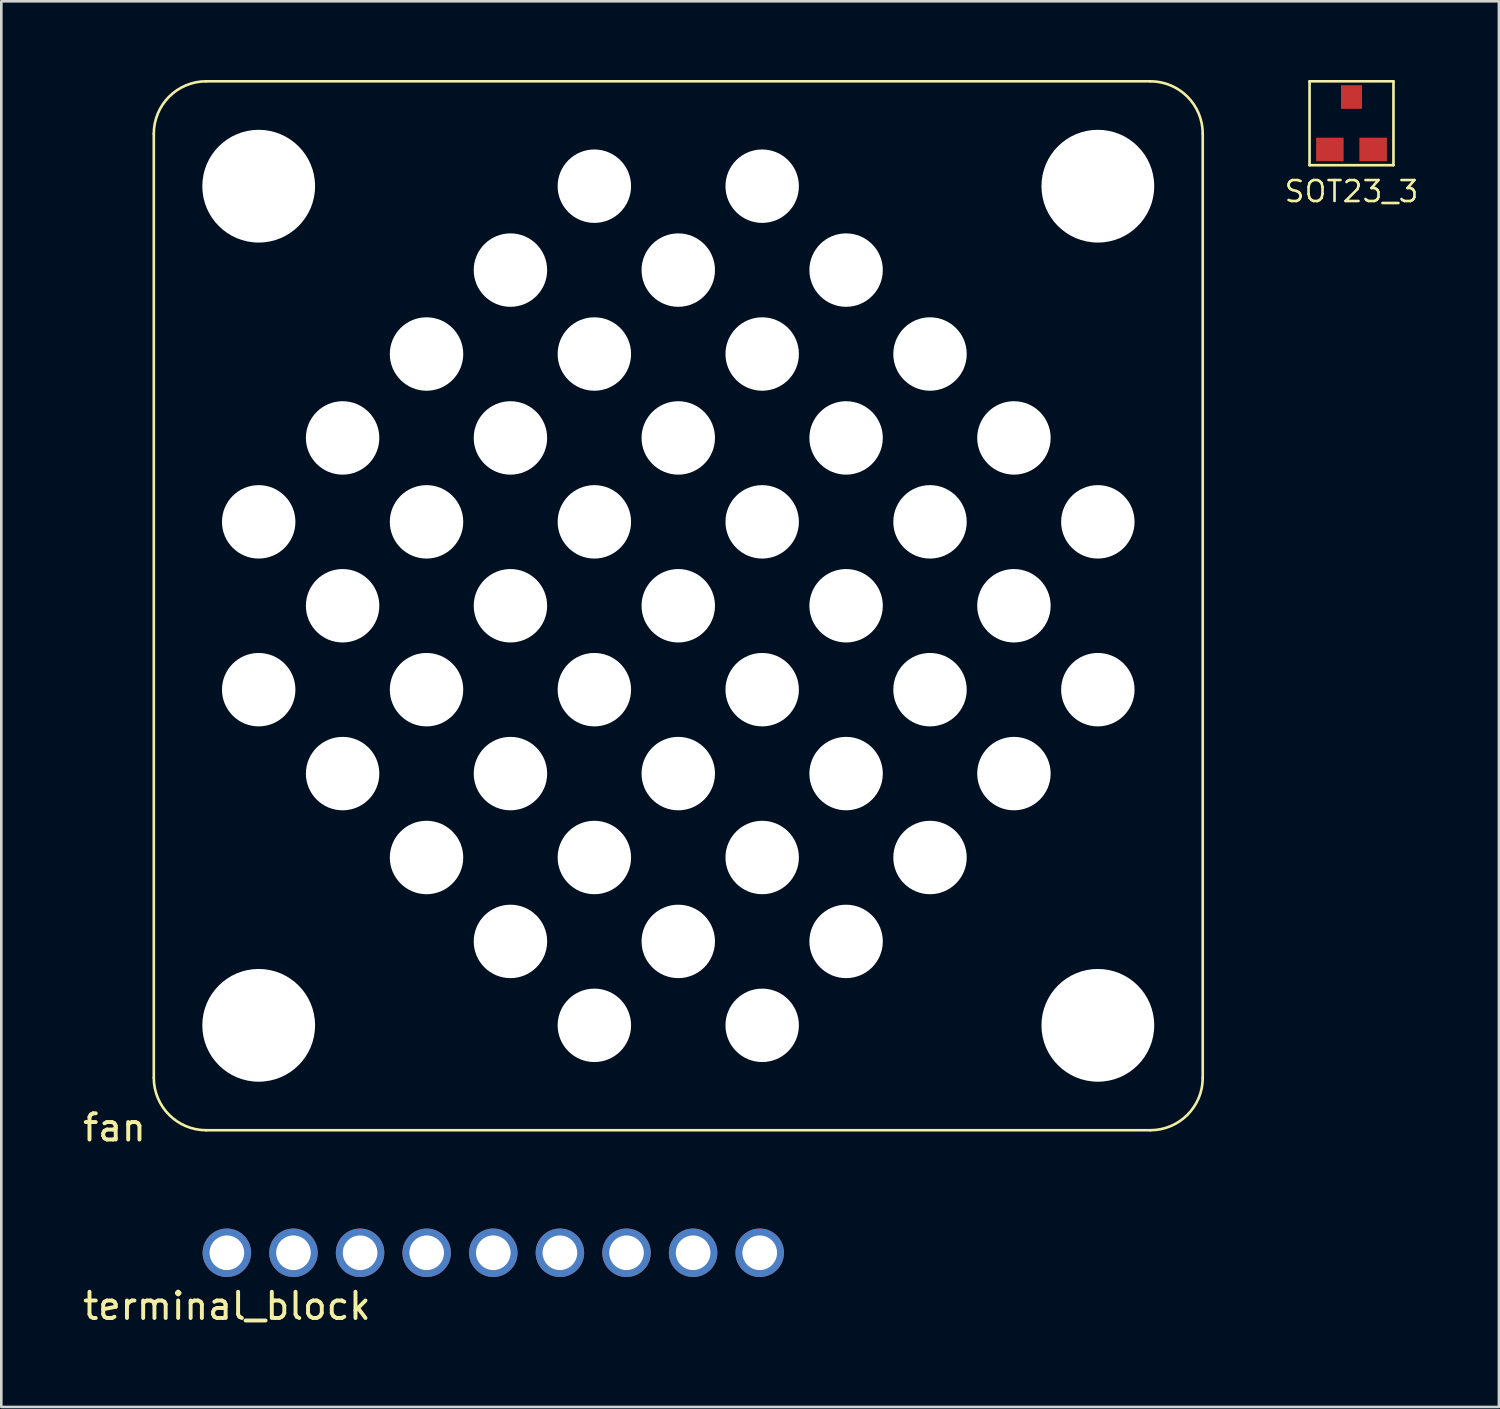
<source format=kicad_pcb>
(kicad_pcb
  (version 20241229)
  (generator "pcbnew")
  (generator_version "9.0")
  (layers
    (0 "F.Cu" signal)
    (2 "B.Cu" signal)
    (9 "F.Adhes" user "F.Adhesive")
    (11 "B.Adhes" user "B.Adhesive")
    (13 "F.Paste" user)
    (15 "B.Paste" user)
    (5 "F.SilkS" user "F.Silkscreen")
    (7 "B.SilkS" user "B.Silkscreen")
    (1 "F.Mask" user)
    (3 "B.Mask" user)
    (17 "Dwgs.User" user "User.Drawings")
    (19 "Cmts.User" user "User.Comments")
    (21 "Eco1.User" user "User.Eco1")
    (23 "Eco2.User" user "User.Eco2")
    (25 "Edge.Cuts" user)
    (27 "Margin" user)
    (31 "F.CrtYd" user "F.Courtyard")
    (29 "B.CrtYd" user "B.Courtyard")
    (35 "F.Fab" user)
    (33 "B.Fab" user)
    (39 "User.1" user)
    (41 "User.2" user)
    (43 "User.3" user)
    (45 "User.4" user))
  (footprint "SOT23_3"
    (layer "F.Cu")
    (at 48.488 2.65)
    (property "Reference" "SOT23_3" (at 0 1.6 0) (layer "F.SilkS") (effects (font (size 0.8 0.8) (thickness 0.1))))
    (attr through_hole)
    (fp_line (start -1.6 -2.6) (end -1.6 0.6) (stroke (width 0.1) (type solid)) (layer "F.SilkS"))
    (fp_line (start -1.6 0.6) (end 1.6 0.6) (stroke (width 0.1) (type solid)) (layer "F.SilkS"))
    (fp_line (start 1.6 -2.6) (end -1.6 -2.6) (stroke (width 0.1) (type solid)) (layer "F.SilkS"))
    (fp_line (start 1.6 0.6) (end 1.6 -2.6) (stroke (width 0.1) (type solid)) (layer "F.SilkS"))
    (pad "1" smd rect (at -0.825 0) (size 1.05 0.9) (layers "F.Cu" "F.Mask" "F.Paste"))
    (pad "2" smd rect (at 0.825 0) (size 1.05 0.9) (layers "F.Cu" "F.Mask" "F.Paste"))
    (pad "3" smd rect (at 0 -2) (size 0.8 0.9) (layers "F.Cu" "F.Mask" "F.Paste")))
  (footprint "fan"
    (layer "F.Cu")
    (at 6.815 36.05)
    (property "Reference" "fan" (at -5.5 3.9 0) (layer "F.SilkS") (effects (font (size 1 1) (thickness 0.15))))
    (attr through_hole)
    (fp_line (start -4 -34) (end -4 2) (stroke (width 0.1) (type solid)) (layer "F.SilkS"))
    (fp_line (start -2 4) (end 34 4) (stroke (width 0.1) (type solid)) (layer "F.SilkS"))
    (fp_line (start 34 -36) (end -2 -36) (stroke (width 0.1) (type solid)) (layer "F.SilkS"))
    (fp_line (start 36 2) (end 36 -34) (stroke (width 0.1) (type solid)) (layer "F.SilkS"))
    (fp_arc (start -4 -34) (mid -3.414214 -35.414214) (end -2 -36) (stroke (width 0.1) (type solid)) (layer "F.SilkS"))
    (fp_arc (start -2 4) (mid -3.414214 3.414214) (end -4 2) (stroke (width 0.1) (type solid)) (layer "F.SilkS"))
    (fp_arc (start 34 -36) (mid 35.414214 -35.414214) (end 36 -34) (stroke (width 0.1) (type solid)) (layer "F.SilkS"))
    (fp_arc (start 36 2) (mid 35.414214 3.414214) (end 34 4) (stroke (width 0.1) (type solid)) (layer "F.SilkS"))
    (pad "" np_thru_hole circle (at 0 -32) (size 4.3 4.3) (drill 4.3) (layers "*.Cu" "*.Mask"))
    (pad "" np_thru_hole circle (at 0 -19.2) (size 2.8 2.8) (drill 2.8) (layers "*.Cu" "*.Mask"))
    (pad "" np_thru_hole circle (at 0 -12.8) (size 2.8 2.8) (drill 2.8) (layers "*.Cu" "*.Mask"))
    (pad "" np_thru_hole circle (at 0 0) (size 4.3 4.3) (drill 4.3) (layers "*.Cu" "*.Mask"))
    (pad "" np_thru_hole circle (at 3.2 -22.4) (size 2.8 2.8) (drill 2.8) (layers "*.Cu" "*.Mask"))
    (pad "" np_thru_hole circle (at 3.2 -16) (size 2.8 2.8) (drill 2.8) (layers "*.Cu" "*.Mask"))
    (pad "" np_thru_hole circle (at 3.2 -9.6) (size 2.8 2.8) (drill 2.8) (layers "*.Cu" "*.Mask"))
    (pad "" np_thru_hole circle (at 6.4 -25.6) (size 2.8 2.8) (drill 2.8) (layers "*.Cu" "*.Mask"))
    (pad "" np_thru_hole circle (at 6.4 -19.2) (size 2.8 2.8) (drill 2.8) (layers "*.Cu" "*.Mask"))
    (pad "" np_thru_hole circle (at 6.4 -12.8) (size 2.8 2.8) (drill 2.8) (layers "*.Cu" "*.Mask"))
    (pad "" np_thru_hole circle (at 6.4 -6.4) (size 2.8 2.8) (drill 2.8) (layers "*.Cu" "*.Mask"))
    (pad "" np_thru_hole circle (at 9.6 -28.8) (size 2.8 2.8) (drill 2.8) (layers "*.Cu" "*.Mask"))
    (pad "" np_thru_hole circle (at 9.6 -22.4) (size 2.8 2.8) (drill 2.8) (layers "*.Cu" "*.Mask"))
    (pad "" np_thru_hole circle (at 9.6 -16) (size 2.8 2.8) (drill 2.8) (layers "*.Cu" "*.Mask"))
    (pad "" np_thru_hole circle (at 9.6 -9.6) (size 2.8 2.8) (drill 2.8) (layers "*.Cu" "*.Mask"))
    (pad "" np_thru_hole circle (at 9.6 -3.2) (size 2.8 2.8) (drill 2.8) (layers "*.Cu" "*.Mask"))
    (pad "" np_thru_hole circle (at 12.8 -32) (size 2.8 2.8) (drill 2.8) (layers "*.Cu" "*.Mask"))
    (pad "" np_thru_hole circle (at 12.8 -25.6) (size 2.8 2.8) (drill 2.8) (layers "*.Cu" "*.Mask"))
    (pad "" np_thru_hole circle (at 12.8 -19.2) (size 2.8 2.8) (drill 2.8) (layers "*.Cu" "*.Mask"))
    (pad "" np_thru_hole circle (at 12.8 -12.8) (size 2.8 2.8) (drill 2.8) (layers "*.Cu" "*.Mask"))
    (pad "" np_thru_hole circle (at 12.8 -6.4) (size 2.8 2.8) (drill 2.8) (layers "*.Cu" "*.Mask"))
    (pad "" np_thru_hole circle (at 12.8 0) (size 2.8 2.8) (drill 2.8) (layers "*.Cu" "*.Mask"))
    (pad "" np_thru_hole circle (at 16 -28.8) (size 2.8 2.8) (drill 2.8) (layers "*.Cu" "*.Mask"))
    (pad "" np_thru_hole circle (at 16 -22.4) (size 2.8 2.8) (drill 2.8) (layers "*.Cu" "*.Mask"))
    (pad "" np_thru_hole circle (at 16 -16) (size 2.8 2.8) (drill 2.8) (layers "*.Cu" "*.Mask"))
    (pad "" np_thru_hole circle (at 16 -9.6) (size 2.8 2.8) (drill 2.8) (layers "*.Cu" "*.Mask"))
    (pad "" np_thru_hole circle (at 16 -3.2) (size 2.8 2.8) (drill 2.8) (layers "*.Cu" "*.Mask"))
    (pad "" np_thru_hole circle (at 19.2 -32) (size 2.8 2.8) (drill 2.8) (layers "*.Cu" "*.Mask"))
    (pad "" np_thru_hole circle (at 19.2 -25.6) (size 2.8 2.8) (drill 2.8) (layers "*.Cu" "*.Mask"))
    (pad "" np_thru_hole circle (at 19.2 -19.2) (size 2.8 2.8) (drill 2.8) (layers "*.Cu" "*.Mask"))
    (pad "" np_thru_hole circle (at 19.2 -12.8) (size 2.8 2.8) (drill 2.8) (layers "*.Cu" "*.Mask"))
    (pad "" np_thru_hole circle (at 19.2 -6.4) (size 2.8 2.8) (drill 2.8) (layers "*.Cu" "*.Mask"))
    (pad "" np_thru_hole circle (at 19.2 0) (size 2.8 2.8) (drill 2.8) (layers "*.Cu" "*.Mask"))
    (pad "" np_thru_hole circle (at 22.4 -28.8) (size 2.8 2.8) (drill 2.8) (layers "*.Cu" "*.Mask"))
    (pad "" np_thru_hole circle (at 22.4 -22.4) (size 2.8 2.8) (drill 2.8) (layers "*.Cu" "*.Mask"))
    (pad "" np_thru_hole circle (at 22.4 -16) (size 2.8 2.8) (drill 2.8) (layers "*.Cu" "*.Mask"))
    (pad "" np_thru_hole circle (at 22.4 -9.6) (size 2.8 2.8) (drill 2.8) (layers "*.Cu" "*.Mask"))
    (pad "" np_thru_hole circle (at 22.4 -3.2) (size 2.8 2.8) (drill 2.8) (layers "*.Cu" "*.Mask"))
    (pad "" np_thru_hole circle (at 25.6 -25.6) (size 2.8 2.8) (drill 2.8) (layers "*.Cu" "*.Mask"))
    (pad "" np_thru_hole circle (at 25.6 -19.2) (size 2.8 2.8) (drill 2.8) (layers "*.Cu" "*.Mask"))
    (pad "" np_thru_hole circle (at 25.6 -12.8) (size 2.8 2.8) (drill 2.8) (layers "*.Cu" "*.Mask"))
    (pad "" np_thru_hole circle (at 25.6 -6.4) (size 2.8 2.8) (drill 2.8) (layers "*.Cu" "*.Mask"))
    (pad "" np_thru_hole circle (at 28.8 -22.4) (size 2.8 2.8) (drill 2.8) (layers "*.Cu" "*.Mask"))
    (pad "" np_thru_hole circle (at 28.8 -16) (size 2.8 2.8) (drill 2.8) (layers "*.Cu" "*.Mask"))
    (pad "" np_thru_hole circle (at 28.8 -9.6) (size 2.8 2.8) (drill 2.8) (layers "*.Cu" "*.Mask"))
    (pad "" np_thru_hole circle (at 32 -32) (size 4.3 4.3) (drill 4.3) (layers "*.Cu" "*.Mask"))
    (pad "" np_thru_hole circle (at 32 -19.2) (size 2.8 2.8) (drill 2.8) (layers "*.Cu" "*.Mask"))
    (pad "" np_thru_hole circle (at 32 -12.8) (size 2.8 2.8) (drill 2.8) (layers "*.Cu" "*.Mask"))
    (pad "" np_thru_hole circle (at 32 0) (size 4.3 4.3) (drill 4.3) (layers "*.Cu" "*.Mask")))
  (footprint "terminal_block"
    (layer "F.Cu")
    (at 5.601 44.723)
    (property "Reference" "terminal_block" (at 0 2.032 0) (layer "F.SilkS") (effects (font (size 1 1) (thickness 0.15))))
    (attr through_hole)
    (pad "1" thru_hole circle (at 0 0) (size 1.85 1.85) (drill 1.32) (layers "*.Cu" "F.Mask"))
    (pad "2" thru_hole circle (at 2.54 0) (size 1.85 1.85) (drill 1.32) (layers "*.Cu" "F.Mask"))
    (pad "3" thru_hole circle (at 5.08 0) (size 1.85 1.85) (drill 1.32) (layers "*.Cu" "F.Mask"))
    (pad "4" thru_hole circle (at 7.62 0) (size 1.85 1.85) (drill 1.32) (layers "*.Cu" "F.Mask"))
    (pad "5" thru_hole circle (at 10.16 0) (size 1.85 1.85) (drill 1.32) (layers "*.Cu" "F.Mask"))
    (pad "6" thru_hole circle (at 12.7 0) (size 1.85 1.85) (drill 1.32) (layers "*.Cu" "F.Mask"))
    (pad "7" thru_hole circle (at 15.24 0) (size 1.85 1.85) (drill 1.32) (layers "*.Cu" "F.Mask"))
    (pad "8" thru_hole circle (at 17.78 0) (size 1.85 1.85) (drill 1.32) (layers "*.Cu" "F.Mask"))
    (pad "9" thru_hole circle (at 20.32 0) (size 1.85 1.85) (drill 1.32) (layers "*.Cu" "F.Mask")))
  (gr_rect
    (start -3 -3)
    (end 54.11 50.603)
    (stroke (width 0.1) (type default))
    (fill no)
    (layer "Edge.Cuts")))
</source>
